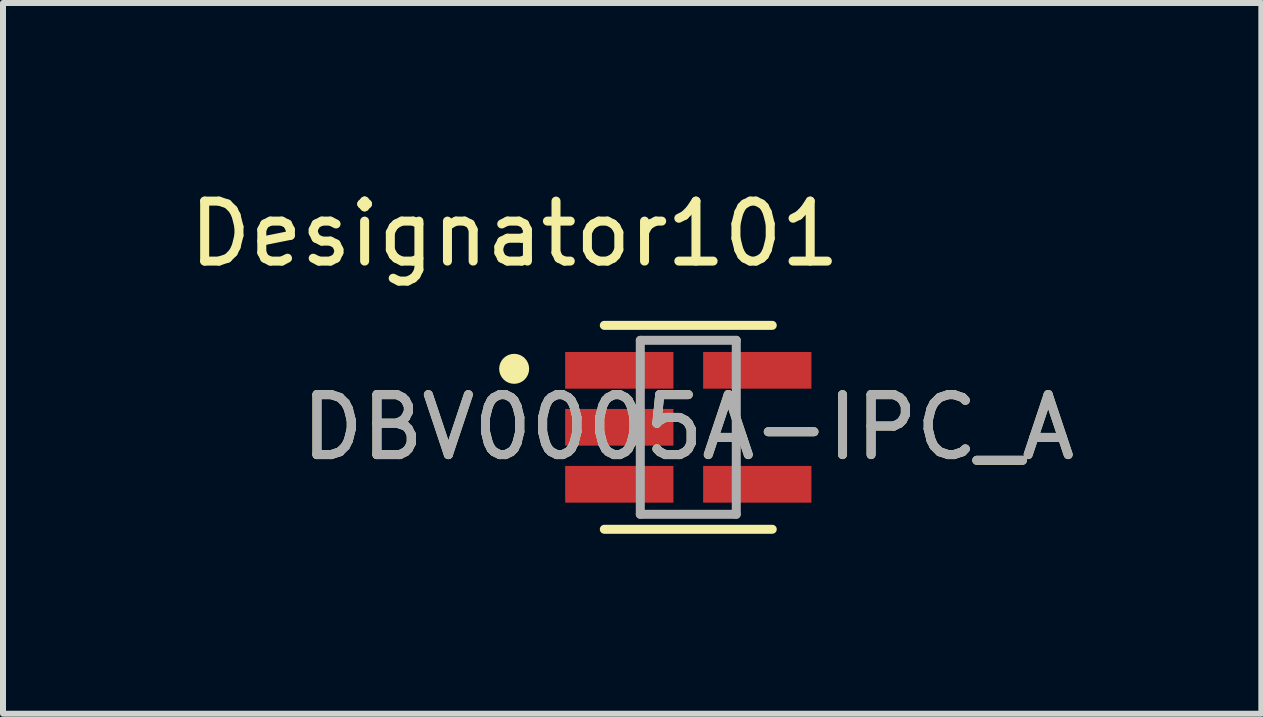
<source format=kicad_pcb>
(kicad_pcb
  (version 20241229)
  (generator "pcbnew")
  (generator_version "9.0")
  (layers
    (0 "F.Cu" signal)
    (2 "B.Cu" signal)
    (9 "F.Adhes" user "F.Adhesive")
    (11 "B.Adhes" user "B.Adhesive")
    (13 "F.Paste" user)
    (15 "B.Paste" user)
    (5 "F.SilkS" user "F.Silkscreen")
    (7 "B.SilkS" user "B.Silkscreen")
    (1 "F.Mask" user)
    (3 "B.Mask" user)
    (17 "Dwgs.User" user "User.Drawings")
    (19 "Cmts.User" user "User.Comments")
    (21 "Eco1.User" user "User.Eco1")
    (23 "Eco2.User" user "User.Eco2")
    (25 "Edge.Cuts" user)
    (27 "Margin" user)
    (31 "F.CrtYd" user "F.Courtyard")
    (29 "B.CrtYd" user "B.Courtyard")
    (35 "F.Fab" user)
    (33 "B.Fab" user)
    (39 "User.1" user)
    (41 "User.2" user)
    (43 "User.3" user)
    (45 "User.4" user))
  (footprint "DBV0005A-IPC_A"
    (layer "F.Cu")
    (at 8.425 4.074)
    (property "Reference" "DBV0005A-IPC_A" (at 0 0 0) (unlocked yes) (layer "F.SilkS") (effects (font (size 1 1) (thickness 0.15))))
    (attr smd)
    (fp_line (start -1.4 -1.7) (end 1.4 -1.7) (stroke (width 0.15) (type solid)) (layer "F.SilkS"))
    (fp_line (start -1.4 1.7) (end 1.4 1.7) (stroke (width 0.15) (type solid)) (layer "F.SilkS"))
    (fp_circle (center -2.903 -0.975) (end -2.778 -0.975) (stroke (width 0.25) (type solid)) (fill no) (layer "F.SilkS"))
    (fp_line (start -0.8 -1.45) (end 0.8 -1.45) (stroke (width 0.15) (type solid)) (layer "F.Fab"))
    (fp_line (start -0.8 1.45) (end -0.8 -1.45) (stroke (width 0.15) (type solid)) (layer "F.Fab"))
    (fp_line (start -0.8 1.45) (end 0.8 1.45) (stroke (width 0.15) (type solid)) (layer "F.Fab"))
    (fp_line (start 0.8 1.45) (end 0.8 -1.45) (stroke (width 0.15) (type solid)) (layer "F.Fab"))
    (fp_text user "Designator101" (at -2.896 -3.226 0) (unlocked yes) (layer "F.SilkS") (effects (font (size 1 1) (thickness 0.15))))
    (fp_text user "${REFERENCE}" (at 0 0 0) (unlocked yes) (layer "F.Fab") (effects (font (size 1 1) (thickness 0.15))))
    (pad "1" smd rect (at -1.15 -0.95) (size 1.805 0.612) (layers "F.Cu" "F.Mask" "F.Paste"))
    (pad "2" smd rect (at -1.15 0) (size 1.805 0.612) (layers "F.Cu" "F.Mask" "F.Paste"))
    (pad "3" smd rect (at -1.15 0.95) (size 1.805 0.612) (layers "F.Cu" "F.Mask" "F.Paste"))
    (pad "4" smd rect (at 1.15 0.95) (size 1.805 0.612) (layers "F.Cu" "F.Mask" "F.Paste"))
    (pad "5" smd rect (at 1.15 -0.95) (size 1.805 0.612) (layers "F.Cu" "F.Mask" "F.Paste")))
  (gr_rect
    (start -3 -3)
    (end 17.979 8.849)
    (stroke (width 0.1) (type default))
    (fill no)
    (layer "Edge.Cuts")))
</source>
